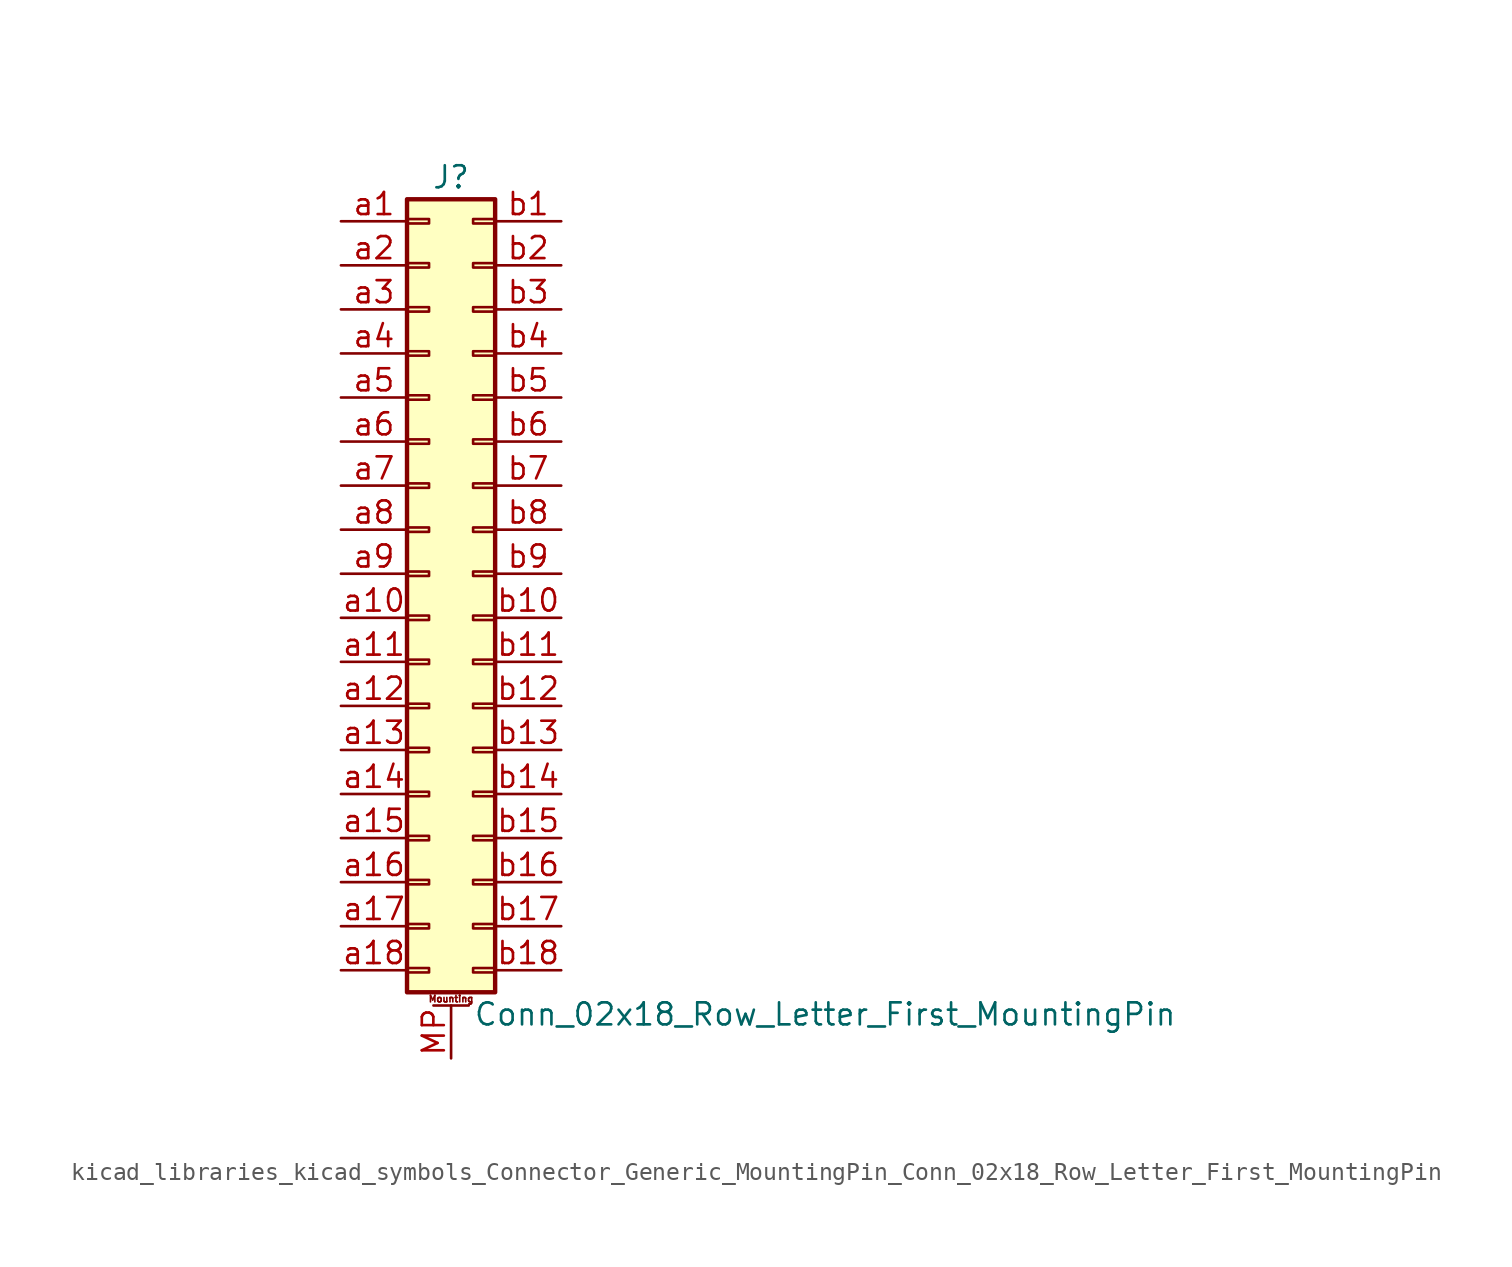
<source format=kicad_sym>
(kicad_symbol_lib
  (version 20220914)
  (generator kicad_symbol_editor)
  (symbol "kicad_libraries_kicad_symbols_Connector_Generic_MountingPin_Conn_02x18_Row_Letter_First_MountingPin"
    (pin_names
      (offset 1.016) hide)
    (property "Reference" "J"
      (at 1.27 22.86 0)
      (effects (font (size 1.27 1.27))))
    (property "Value" "Conn_02x18_Row_Letter_First_MountingPin"
      (at 2.54 -25.4 0)
      (effects (font (size 1.27 1.27)) (justify left)))
    (symbol "kicad_libraries_kicad_symbols_Connector_Generic_MountingPin_Conn_02x18_Row_Letter_First_MountingPin_1_1"
      (rectangle (start -1.27 -22.733) (end 0 -22.987) (stroke (width 0.152) (type default)) (fill (type none)))
      (rectangle (start -1.27 -20.193) (end 0 -20.447) (stroke (width 0.152) (type default)) (fill (type none)))
      (rectangle (start -1.27 -17.653) (end 0 -17.907) (stroke (width 0.152) (type default)) (fill (type none)))
      (rectangle (start -1.27 -15.113) (end 0 -15.367) (stroke (width 0.152) (type default)) (fill (type none)))
      (rectangle (start -1.27 -12.573) (end 0 -12.827) (stroke (width 0.152) (type default)) (fill (type none)))
      (rectangle (start -1.27 -10.033) (end 0 -10.287) (stroke (width 0.152) (type default)) (fill (type none)))
      (rectangle (start -1.27 -7.493) (end 0 -7.747) (stroke (width 0.152) (type default)) (fill (type none)))
      (rectangle (start -1.27 -4.953) (end 0 -5.207) (stroke (width 0.152) (type default)) (fill (type none)))
      (rectangle (start -1.27 -2.413) (end 0 -2.667) (stroke (width 0.152) (type default)) (fill (type none)))
      (rectangle (start -1.27 0.127) (end 0 -0.127) (stroke (width 0.152) (type default)) (fill (type none)))
      (rectangle (start -1.27 2.667) (end 0 2.413) (stroke (width 0.152) (type default)) (fill (type none)))
      (rectangle (start -1.27 5.207) (end 0 4.953) (stroke (width 0.152) (type default)) (fill (type none)))
      (rectangle (start -1.27 7.747) (end 0 7.493) (stroke (width 0.152) (type default)) (fill (type none)))
      (rectangle (start -1.27 10.287) (end 0 10.033) (stroke (width 0.152) (type default)) (fill (type none)))
      (rectangle (start -1.27 12.827) (end 0 12.573) (stroke (width 0.152) (type default)) (fill (type none)))
      (rectangle (start -1.27 15.367) (end 0 15.113) (stroke (width 0.152) (type default)) (fill (type none)))
      (rectangle (start -1.27 17.907) (end 0 17.653) (stroke (width 0.152) (type default)) (fill (type none)))
      (rectangle (start -1.27 20.447) (end 0 20.193) (stroke (width 0.152) (type default)) (fill (type none)))
      (rectangle (start -1.27 21.59) (end 3.81 -24.13) (stroke (width 0.254) (type default)) (fill (type background)))
      (polyline (pts (xy 0.254 -24.892) (xy 2.286 -24.892)) (stroke (width 0.152) (type default)) (fill (type none)))
      (rectangle (start 3.81 -22.733) (end 2.54 -22.987) (stroke (width 0.152) (type default)) (fill (type none)))
      (rectangle (start 3.81 -20.193) (end 2.54 -20.447) (stroke (width 0.152) (type default)) (fill (type none)))
      (rectangle (start 3.81 -17.653) (end 2.54 -17.907) (stroke (width 0.152) (type default)) (fill (type none)))
      (rectangle (start 3.81 -15.113) (end 2.54 -15.367) (stroke (width 0.152) (type default)) (fill (type none)))
      (rectangle (start 3.81 -12.573) (end 2.54 -12.827) (stroke (width 0.152) (type default)) (fill (type none)))
      (rectangle (start 3.81 -10.033) (end 2.54 -10.287) (stroke (width 0.152) (type default)) (fill (type none)))
      (rectangle (start 3.81 -7.493) (end 2.54 -7.747) (stroke (width 0.152) (type default)) (fill (type none)))
      (rectangle (start 3.81 -4.953) (end 2.54 -5.207) (stroke (width 0.152) (type default)) (fill (type none)))
      (rectangle (start 3.81 -2.413) (end 2.54 -2.667) (stroke (width 0.152) (type default)) (fill (type none)))
      (rectangle (start 3.81 0.127) (end 2.54 -0.127) (stroke (width 0.152) (type default)) (fill (type none)))
      (rectangle (start 3.81 2.667) (end 2.54 2.413) (stroke (width 0.152) (type default)) (fill (type none)))
      (rectangle (start 3.81 5.207) (end 2.54 4.953) (stroke (width 0.152) (type default)) (fill (type none)))
      (rectangle (start 3.81 7.747) (end 2.54 7.493) (stroke (width 0.152) (type default)) (fill (type none)))
      (rectangle (start 3.81 10.287) (end 2.54 10.033) (stroke (width 0.152) (type default)) (fill (type none)))
      (rectangle (start 3.81 12.827) (end 2.54 12.573) (stroke (width 0.152) (type default)) (fill (type none)))
      (rectangle (start 3.81 15.367) (end 2.54 15.113) (stroke (width 0.152) (type default)) (fill (type none)))
      (rectangle (start 3.81 17.907) (end 2.54 17.653) (stroke (width 0.152) (type default)) (fill (type none)))
      (rectangle (start 3.81 20.447) (end 2.54 20.193) (stroke (width 0.152) (type default)) (fill (type none)))
      (text "Mounting" (at 1.27 -24.511 0) (effects (font (size 0.381 0.381))))
      (pin passive line (at 1.27 -27.94 90) (length 3.048) (name "MountPin" (effects (font (size 1.27 1.27)))) (number "MP" (effects (font (size 1.27 1.27)))))
      (pin passive line (at -5.08 20.32 0) (length 3.81) (name "Pin_a1" (effects (font (size 1.27 1.27)))) (number "a1" (effects (font (size 1.27 1.27)))))
      (pin passive line (at -5.08 -2.54 0) (length 3.81) (name "Pin_a10" (effects (font (size 1.27 1.27)))) (number "a10" (effects (font (size 1.27 1.27)))))
      (pin passive line (at -5.08 -5.08 0) (length 3.81) (name "Pin_a11" (effects (font (size 1.27 1.27)))) (number "a11" (effects (font (size 1.27 1.27)))))
      (pin passive line (at -5.08 -7.62 0) (length 3.81) (name "Pin_a12" (effects (font (size 1.27 1.27)))) (number "a12" (effects (font (size 1.27 1.27)))))
      (pin passive line (at -5.08 -10.16 0) (length 3.81) (name "Pin_a13" (effects (font (size 1.27 1.27)))) (number "a13" (effects (font (size 1.27 1.27)))))
      (pin passive line (at -5.08 -12.7 0) (length 3.81) (name "Pin_a14" (effects (font (size 1.27 1.27)))) (number "a14" (effects (font (size 1.27 1.27)))))
      (pin passive line (at -5.08 -15.24 0) (length 3.81) (name "Pin_a15" (effects (font (size 1.27 1.27)))) (number "a15" (effects (font (size 1.27 1.27)))))
      (pin passive line (at -5.08 -17.78 0) (length 3.81) (name "Pin_a16" (effects (font (size 1.27 1.27)))) (number "a16" (effects (font (size 1.27 1.27)))))
      (pin passive line (at -5.08 -20.32 0) (length 3.81) (name "Pin_a17" (effects (font (size 1.27 1.27)))) (number "a17" (effects (font (size 1.27 1.27)))))
      (pin passive line (at -5.08 -22.86 0) (length 3.81) (name "Pin_a18" (effects (font (size 1.27 1.27)))) (number "a18" (effects (font (size 1.27 1.27)))))
      (pin passive line (at -5.08 17.78 0) (length 3.81) (name "Pin_a2" (effects (font (size 1.27 1.27)))) (number "a2" (effects (font (size 1.27 1.27)))))
      (pin passive line (at -5.08 15.24 0) (length 3.81) (name "Pin_a3" (effects (font (size 1.27 1.27)))) (number "a3" (effects (font (size 1.27 1.27)))))
      (pin passive line (at -5.08 12.7 0) (length 3.81) (name "Pin_a4" (effects (font (size 1.27 1.27)))) (number "a4" (effects (font (size 1.27 1.27)))))
      (pin passive line (at -5.08 10.16 0) (length 3.81) (name "Pin_a5" (effects (font (size 1.27 1.27)))) (number "a5" (effects (font (size 1.27 1.27)))))
      (pin passive line (at -5.08 7.62 0) (length 3.81) (name "Pin_a6" (effects (font (size 1.27 1.27)))) (number "a6" (effects (font (size 1.27 1.27)))))
      (pin passive line (at -5.08 5.08 0) (length 3.81) (name "Pin_a7" (effects (font (size 1.27 1.27)))) (number "a7" (effects (font (size 1.27 1.27)))))
      (pin passive line (at -5.08 2.54 0) (length 3.81) (name "Pin_a8" (effects (font (size 1.27 1.27)))) (number "a8" (effects (font (size 1.27 1.27)))))
      (pin passive line (at -5.08 0 0) (length 3.81) (name "Pin_a9" (effects (font (size 1.27 1.27)))) (number "a9" (effects (font (size 1.27 1.27)))))
      (pin passive line (at 7.62 20.32 180) (length 3.81) (name "Pin_b1" (effects (font (size 1.27 1.27)))) (number "b1" (effects (font (size 1.27 1.27)))))
      (pin passive line (at 7.62 -2.54 180) (length 3.81) (name "Pin_b10" (effects (font (size 1.27 1.27)))) (number "b10" (effects (font (size 1.27 1.27)))))
      (pin passive line (at 7.62 -5.08 180) (length 3.81) (name "Pin_b11" (effects (font (size 1.27 1.27)))) (number "b11" (effects (font (size 1.27 1.27)))))
      (pin passive line (at 7.62 -7.62 180) (length 3.81) (name "Pin_b12" (effects (font (size 1.27 1.27)))) (number "b12" (effects (font (size 1.27 1.27)))))
      (pin passive line (at 7.62 -10.16 180) (length 3.81) (name "Pin_b13" (effects (font (size 1.27 1.27)))) (number "b13" (effects (font (size 1.27 1.27)))))
      (pin passive line (at 7.62 -12.7 180) (length 3.81) (name "Pin_b14" (effects (font (size 1.27 1.27)))) (number "b14" (effects (font (size 1.27 1.27)))))
      (pin passive line (at 7.62 -15.24 180) (length 3.81) (name "Pin_b15" (effects (font (size 1.27 1.27)))) (number "b15" (effects (font (size 1.27 1.27)))))
      (pin passive line (at 7.62 -17.78 180) (length 3.81) (name "Pin_b16" (effects (font (size 1.27 1.27)))) (number "b16" (effects (font (size 1.27 1.27)))))
      (pin passive line (at 7.62 -20.32 180) (length 3.81) (name "Pin_b17" (effects (font (size 1.27 1.27)))) (number "b17" (effects (font (size 1.27 1.27)))))
      (pin passive line (at 7.62 -22.86 180) (length 3.81) (name "Pin_b18" (effects (font (size 1.27 1.27)))) (number "b18" (effects (font (size 1.27 1.27)))))
      (pin passive line (at 7.62 17.78 180) (length 3.81) (name "Pin_b2" (effects (font (size 1.27 1.27)))) (number "b2" (effects (font (size 1.27 1.27)))))
      (pin passive line (at 7.62 15.24 180) (length 3.81) (name "Pin_b3" (effects (font (size 1.27 1.27)))) (number "b3" (effects (font (size 1.27 1.27)))))
      (pin passive line (at 7.62 12.7 180) (length 3.81) (name "Pin_b4" (effects (font (size 1.27 1.27)))) (number "b4" (effects (font (size 1.27 1.27)))))
      (pin passive line (at 7.62 10.16 180) (length 3.81) (name "Pin_b5" (effects (font (size 1.27 1.27)))) (number "b5" (effects (font (size 1.27 1.27)))))
      (pin passive line (at 7.62 7.62 180) (length 3.81) (name "Pin_b6" (effects (font (size 1.27 1.27)))) (number "b6" (effects (font (size 1.27 1.27)))))
      (pin passive line (at 7.62 5.08 180) (length 3.81) (name "Pin_b7" (effects (font (size 1.27 1.27)))) (number "b7" (effects (font (size 1.27 1.27)))))
      (pin passive line (at 7.62 2.54 180) (length 3.81) (name "Pin_b8" (effects (font (size 1.27 1.27)))) (number "b8" (effects (font (size 1.27 1.27)))))
      (pin passive line (at 7.62 0 180) (length 3.81) (name "Pin_b9" (effects (font (size 1.27 1.27)))) (number "b9" (effects (font (size 1.27 1.27))))))))
</source>
